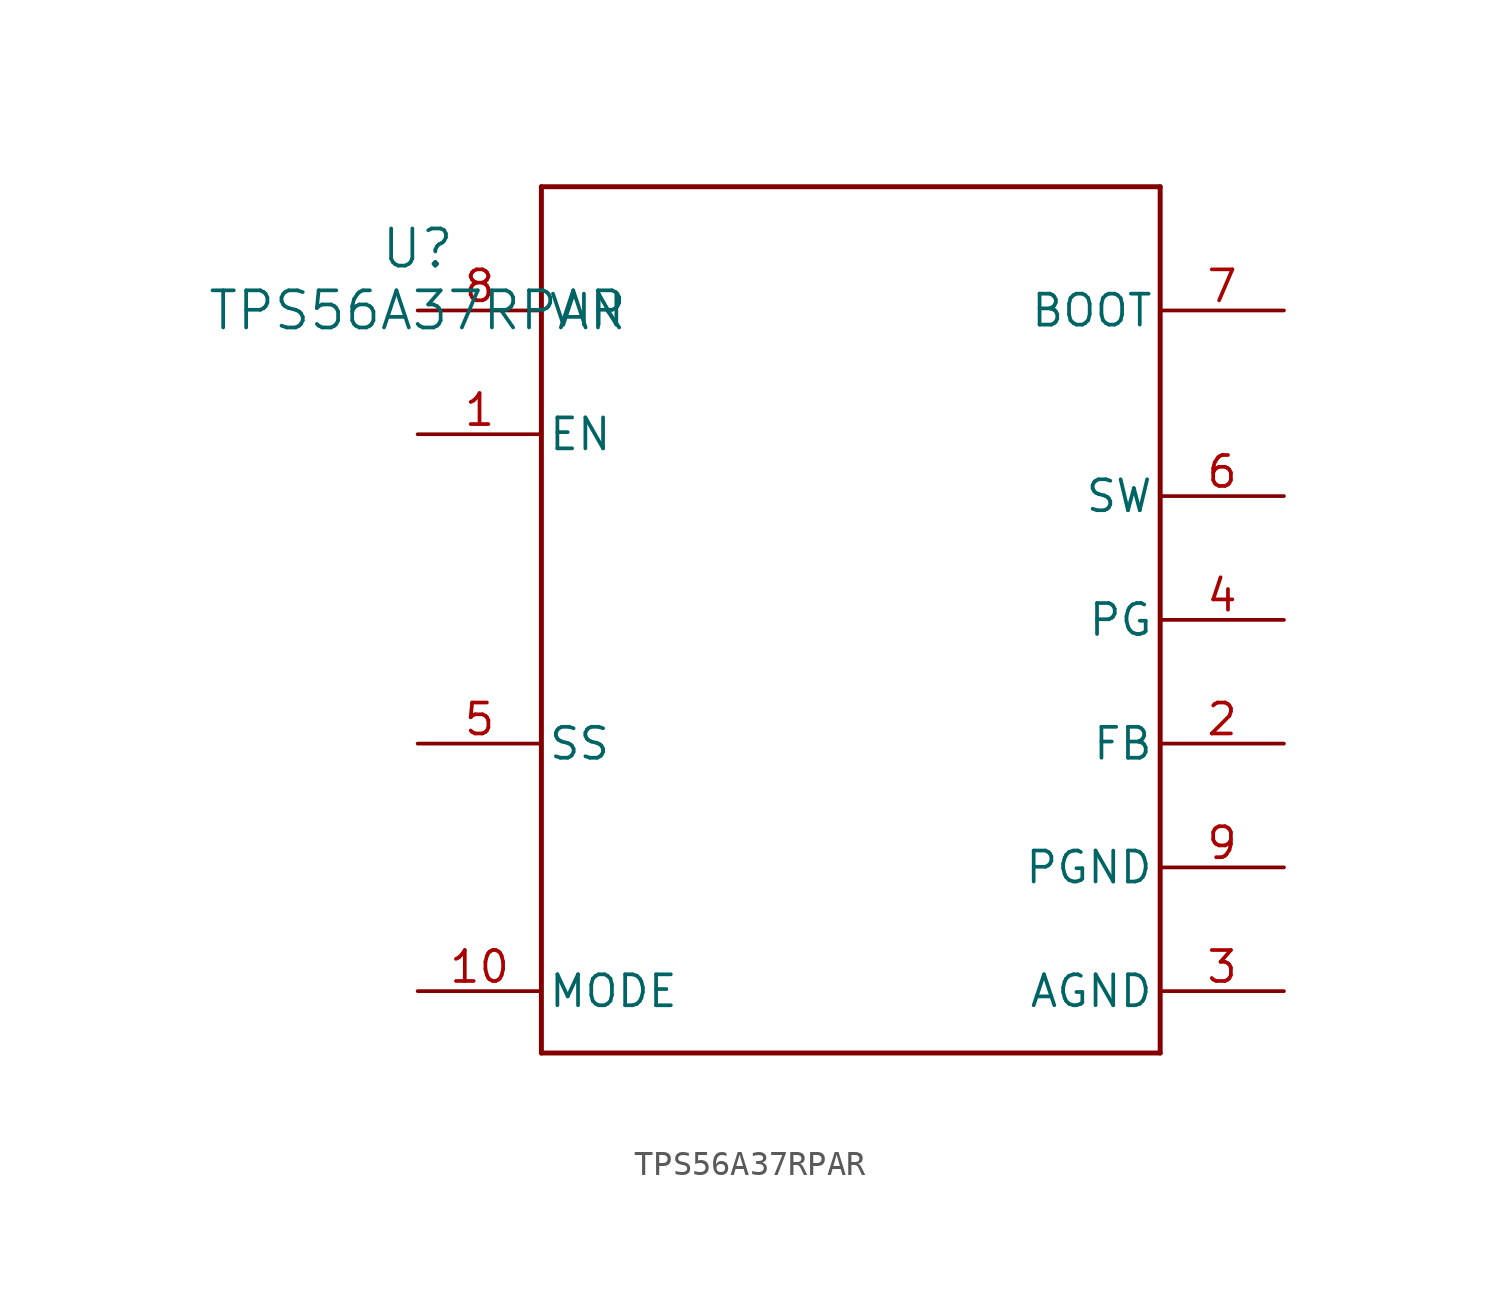
<source format=kicad_sym>
(kicad_symbol_lib
  (version 20241209)
  (generator "kicad_symbol_editor")
  (generator_version "9.0")
  (symbol "TPS56A37RPAR"
    (pin_names
      (offset 0.254))
    (property "Reference" "U"
      (at 0 2.54 0)
      (effects (font (size 1.524 1.524))))
    (property "Value" "TPS56A37RPAR"
      (at 0 0 0)
      (effects (font (size 1.524 1.524))))
    (property "ki_locked" ""
      (at 0 0 0)
      (effects (font (size 1.27 1.27))))
    (symbol "TPS56A37RPAR_0_1"
      (polyline (pts (xy 5.08 5.08) (xy 5.08 -30.48)) (stroke (width 0.203) (type default)) (fill (type none)))
      (polyline (pts (xy 5.08 -30.48) (xy 30.48 -30.48)) (stroke (width 0.203) (type default)) (fill (type none)))
      (polyline (pts (xy 30.48 5.08) (xy 5.08 5.08)) (stroke (width 0.203) (type default)) (fill (type none)))
      (polyline (pts (xy 30.48 -30.48) (xy 30.48 5.08)) (stroke (width 0.203) (type default)) (fill (type none)))
      (pin power_in line (at 0 0 0) (length 5.08) (name "VIN" (effects (font (size 1.27 1.27)))) (number "8" (effects (font (size 1.27 1.27)))))
      (pin input line (at 0 -5.08 0) (length 5.08) (name "EN" (effects (font (size 1.27 1.27)))) (number "1" (effects (font (size 1.27 1.27)))))
      (pin passive line (at 0 -17.78 0) (length 5.08) (name "SS" (effects (font (size 1.27 1.27)))) (number "5" (effects (font (size 1.27 1.27)))))
      (pin passive line (at 0 -27.94 0) (length 5.08) (name "MODE" (effects (font (size 1.27 1.27)))) (number "10" (effects (font (size 1.27 1.27)))))
      (pin passive line (at 35.56 0 180) (length 5.08) (name "BOOT" (effects (font (size 1.27 1.27)))) (number "7" (effects (font (size 1.27 1.27)))))
      (pin power_out line (at 35.56 -7.62 180) (length 5.08) (name "SW" (effects (font (size 1.27 1.27)))) (number "6" (effects (font (size 1.27 1.27)))))
      (pin open_collector line (at 35.56 -12.7 180) (length 5.08) (name "PG" (effects (font (size 1.27 1.27)))) (number "4" (effects (font (size 1.27 1.27)))))
      (pin power_in line (at 35.56 -22.86 180) (length 5.08) (name "PGND" (effects (font (size 1.27 1.27)))) (number "9" (effects (font (size 1.27 1.27)))))
      (pin power_in line (at 35.56 -27.94 180) (length 5.08) (name "AGND" (effects (font (size 1.27 1.27)))) (number "3" (effects (font (size 1.27 1.27))))))
    (symbol "TPS56A37RPAR_1_1"
      (pin passive line (at 35.56 -17.78 180) (length 5.08) (name "FB" (effects (font (size 1.27 1.27)))) (number "2" (effects (font (size 1.27 1.27))))))))
</source>
